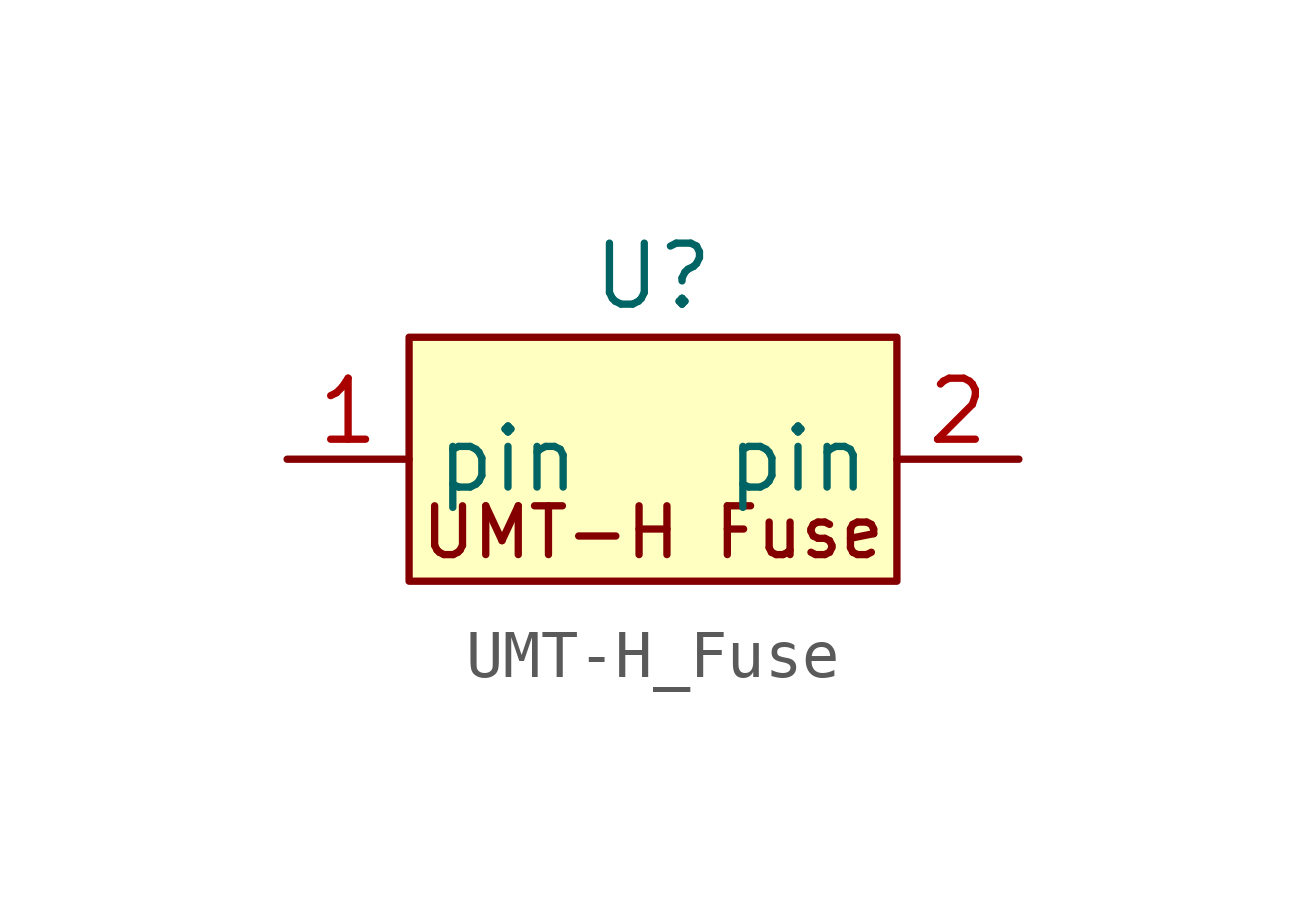
<source format=kicad_sym>
(kicad_symbol_lib
  (version 20231120)
  (generator "kicad_symbol_editor")
  (generator_version "8.0")
  (symbol "UMT-H_Fuse"
    (property "Reference" "U"
      (at 0 3.81 0)
      (effects (font (size 1.27 1.27))))
    (property "Value" ""
      (at 0 3.81 0)
      (effects (font (size 1.27 1.27))))
    (symbol "UMT-H_Fuse_1_1"
      (rectangle (start -5.08 2.54) (end 5.08 -2.54) (stroke (width 0) (type default)) (fill (type background)))
      (text "UMT-H Fuse" (at 0 -1.524 0) (effects (font (size 1.016 1.016))))
      (pin input line (at -7.62 0 0) (length 2.54) (name "pin" (effects (font (size 1.27 1.27)))) (number "1" (effects (font (size 1.27 1.27)))))
      (pin input line (at 7.62 0 180) (length 2.54) (name "pin" (effects (font (size 1.27 1.27)))) (number "2" (effects (font (size 1.27 1.27))))))))
</source>
